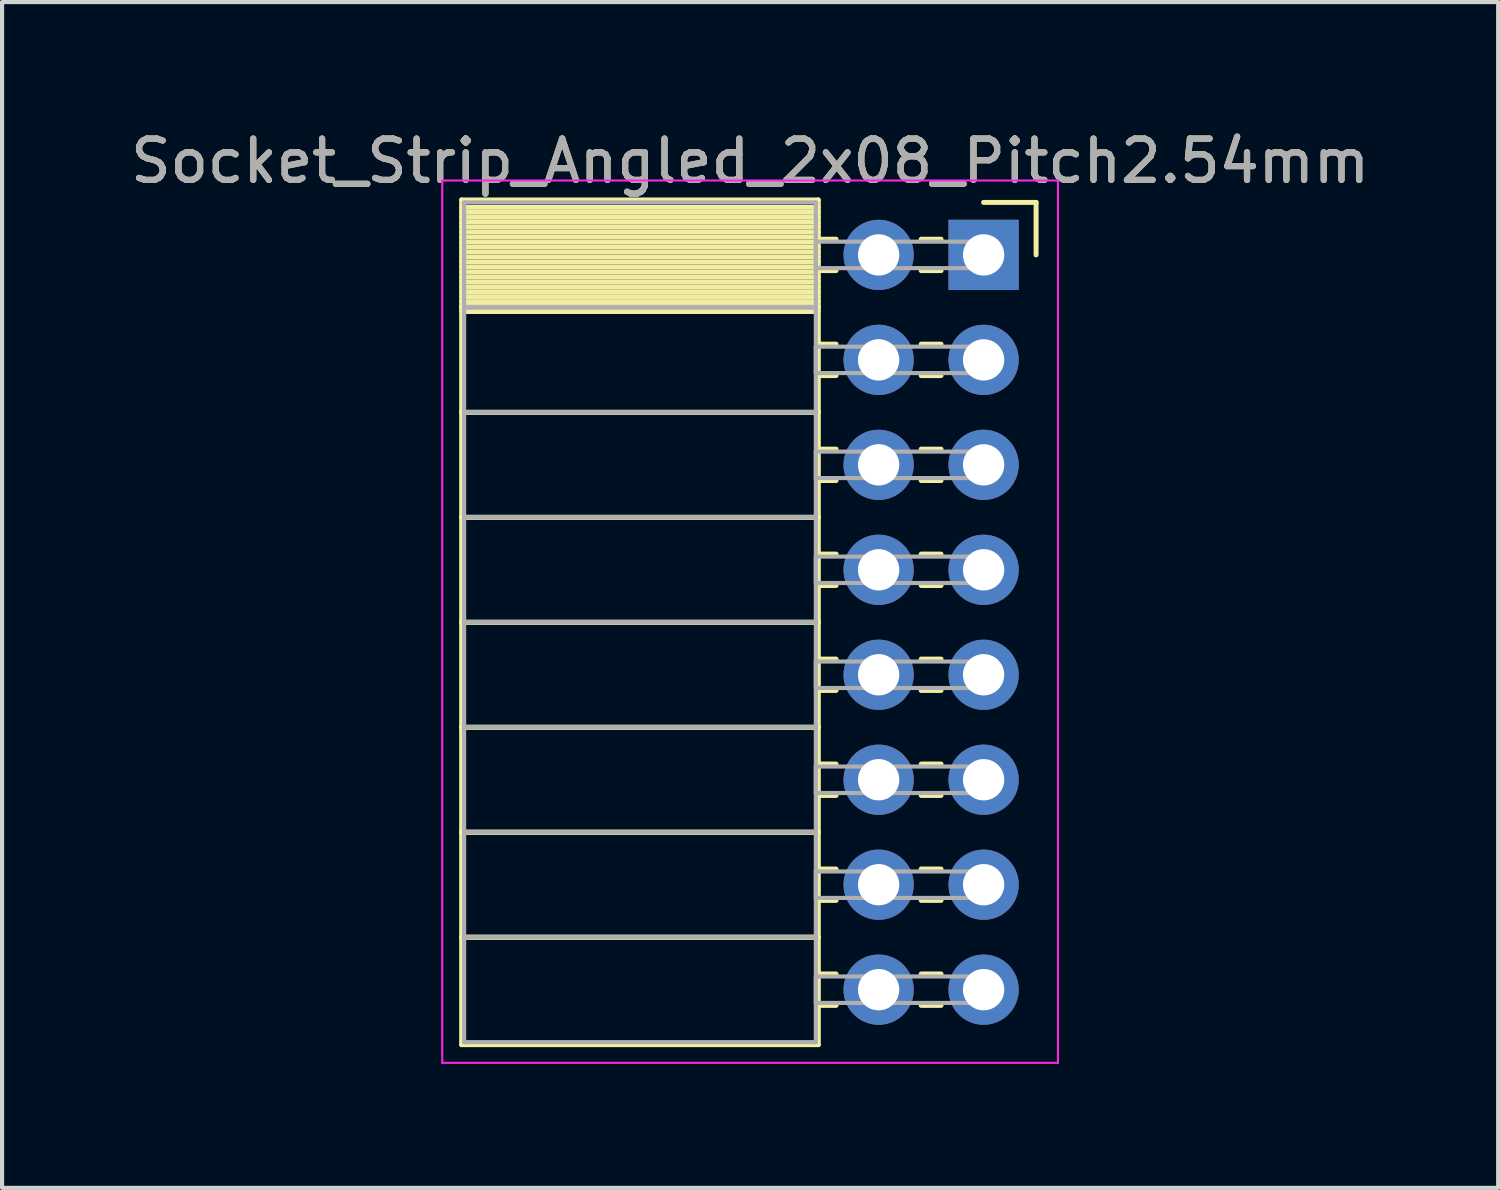
<source format=kicad_pcb>
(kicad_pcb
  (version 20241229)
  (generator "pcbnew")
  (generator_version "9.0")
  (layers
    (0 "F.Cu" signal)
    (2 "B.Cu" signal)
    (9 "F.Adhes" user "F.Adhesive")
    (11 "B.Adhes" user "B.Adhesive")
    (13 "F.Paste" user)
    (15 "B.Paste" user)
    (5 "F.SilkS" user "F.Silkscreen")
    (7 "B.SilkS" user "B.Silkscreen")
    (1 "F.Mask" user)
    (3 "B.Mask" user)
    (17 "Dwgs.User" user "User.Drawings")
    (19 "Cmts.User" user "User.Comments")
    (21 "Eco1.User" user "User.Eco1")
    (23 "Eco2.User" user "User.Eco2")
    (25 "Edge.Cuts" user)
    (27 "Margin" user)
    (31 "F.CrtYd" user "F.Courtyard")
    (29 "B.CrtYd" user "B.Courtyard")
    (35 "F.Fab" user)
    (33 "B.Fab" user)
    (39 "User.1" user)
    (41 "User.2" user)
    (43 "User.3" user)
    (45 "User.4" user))
  (footprint "Socket_Strip_Angled_2x08_Pitch2.54mm"
    (layer "F.Cu")
    (at 20.751 3.118)
    (property "Reference" "Socket_Strip_Angled_2x08_Pitch2.54mm" (at -5.65 -2.27 0) (layer "F.SilkS") (effects (font (size 1 1) (thickness 0.15))))
    (attr through_hole)
    (fp_line (start -12.63 -1.33) (end -4 -1.33) (stroke (width 0.12) (type solid)) (layer "F.SilkS"))
    (fp_line (start -12.63 1.27) (end -12.63 -1.33) (stroke (width 0.12) (type solid)) (layer "F.SilkS"))
    (fp_line (start -12.63 1.27) (end -4 1.27) (stroke (width 0.12) (type solid)) (layer "F.SilkS"))
    (fp_line (start -12.63 3.81) (end -12.63 1.27) (stroke (width 0.12) (type solid)) (layer "F.SilkS"))
    (fp_line (start -12.63 3.81) (end -4 3.81) (stroke (width 0.12) (type solid)) (layer "F.SilkS"))
    (fp_line (start -12.63 6.35) (end -12.63 3.81) (stroke (width 0.12) (type solid)) (layer "F.SilkS"))
    (fp_line (start -12.63 6.35) (end -4 6.35) (stroke (width 0.12) (type solid)) (layer "F.SilkS"))
    (fp_line (start -12.63 8.89) (end -12.63 6.35) (stroke (width 0.12) (type solid)) (layer "F.SilkS"))
    (fp_line (start -12.63 8.89) (end -4 8.89) (stroke (width 0.12) (type solid)) (layer "F.SilkS"))
    (fp_line (start -12.63 11.43) (end -12.63 8.89) (stroke (width 0.12) (type solid)) (layer "F.SilkS"))
    (fp_line (start -12.63 11.43) (end -4 11.43) (stroke (width 0.12) (type solid)) (layer "F.SilkS"))
    (fp_line (start -12.63 13.97) (end -12.63 11.43) (stroke (width 0.12) (type solid)) (layer "F.SilkS"))
    (fp_line (start -12.63 13.97) (end -4 13.97) (stroke (width 0.12) (type solid)) (layer "F.SilkS"))
    (fp_line (start -12.63 16.51) (end -12.63 13.97) (stroke (width 0.12) (type solid)) (layer "F.SilkS"))
    (fp_line (start -12.63 16.51) (end -4 16.51) (stroke (width 0.12) (type solid)) (layer "F.SilkS"))
    (fp_line (start -12.63 19.11) (end -12.63 16.51) (stroke (width 0.12) (type solid)) (layer "F.SilkS"))
    (fp_line (start -4 -1.33) (end -4 1.27) (stroke (width 0.12) (type solid)) (layer "F.SilkS"))
    (fp_line (start -4 -1.15) (end -12.63 -1.15) (stroke (width 0.12) (type solid)) (layer "F.SilkS"))
    (fp_line (start -4 -1.03) (end -12.63 -1.03) (stroke (width 0.12) (type solid)) (layer "F.SilkS"))
    (fp_line (start -4 -0.91) (end -12.63 -0.91) (stroke (width 0.12) (type solid)) (layer "F.SilkS"))
    (fp_line (start -4 -0.79) (end -12.63 -0.79) (stroke (width 0.12) (type solid)) (layer "F.SilkS"))
    (fp_line (start -4 -0.67) (end -12.63 -0.67) (stroke (width 0.12) (type solid)) (layer "F.SilkS"))
    (fp_line (start -4 -0.55) (end -12.63 -0.55) (stroke (width 0.12) (type solid)) (layer "F.SilkS"))
    (fp_line (start -4 -0.43) (end -12.63 -0.43) (stroke (width 0.12) (type solid)) (layer "F.SilkS"))
    (fp_line (start -4 -0.31) (end -12.63 -0.31) (stroke (width 0.12) (type solid)) (layer "F.SilkS"))
    (fp_line (start -4 -0.19) (end -12.63 -0.19) (stroke (width 0.12) (type solid)) (layer "F.SilkS"))
    (fp_line (start -4 -0.07) (end -12.63 -0.07) (stroke (width 0.12) (type solid)) (layer "F.SilkS"))
    (fp_line (start -4 0.05) (end -12.63 0.05) (stroke (width 0.12) (type solid)) (layer "F.SilkS"))
    (fp_line (start -4 0.17) (end -12.63 0.17) (stroke (width 0.12) (type solid)) (layer "F.SilkS"))
    (fp_line (start -4 0.29) (end -12.63 0.29) (stroke (width 0.12) (type solid)) (layer "F.SilkS"))
    (fp_line (start -4 0.41) (end -12.63 0.41) (stroke (width 0.12) (type solid)) (layer "F.SilkS"))
    (fp_line (start -4 0.53) (end -12.63 0.53) (stroke (width 0.12) (type solid)) (layer "F.SilkS"))
    (fp_line (start -4 0.65) (end -12.63 0.65) (stroke (width 0.12) (type solid)) (layer "F.SilkS"))
    (fp_line (start -4 0.77) (end -12.63 0.77) (stroke (width 0.12) (type solid)) (layer "F.SilkS"))
    (fp_line (start -4 0.89) (end -12.63 0.89) (stroke (width 0.12) (type solid)) (layer "F.SilkS"))
    (fp_line (start -4 1.01) (end -12.63 1.01) (stroke (width 0.12) (type solid)) (layer "F.SilkS"))
    (fp_line (start -4 1.13) (end -12.63 1.13) (stroke (width 0.12) (type solid)) (layer "F.SilkS"))
    (fp_line (start -4 1.25) (end -12.63 1.25) (stroke (width 0.12) (type solid)) (layer "F.SilkS"))
    (fp_line (start -4 1.27) (end -12.63 1.27) (stroke (width 0.12) (type solid)) (layer "F.SilkS"))
    (fp_line (start -4 1.27) (end -4 3.81) (stroke (width 0.12) (type solid)) (layer "F.SilkS"))
    (fp_line (start -4 1.37) (end -12.63 1.37) (stroke (width 0.12) (type solid)) (layer "F.SilkS"))
    (fp_line (start -4 3.81) (end -12.63 3.81) (stroke (width 0.12) (type solid)) (layer "F.SilkS"))
    (fp_line (start -4 3.81) (end -4 6.35) (stroke (width 0.12) (type solid)) (layer "F.SilkS"))
    (fp_line (start -4 6.35) (end -12.63 6.35) (stroke (width 0.12) (type solid)) (layer "F.SilkS"))
    (fp_line (start -4 6.35) (end -4 8.89) (stroke (width 0.12) (type solid)) (layer "F.SilkS"))
    (fp_line (start -4 8.89) (end -12.63 8.89) (stroke (width 0.12) (type solid)) (layer "F.SilkS"))
    (fp_line (start -4 8.89) (end -4 11.43) (stroke (width 0.12) (type solid)) (layer "F.SilkS"))
    (fp_line (start -4 11.43) (end -12.63 11.43) (stroke (width 0.12) (type solid)) (layer "F.SilkS"))
    (fp_line (start -4 11.43) (end -4 13.97) (stroke (width 0.12) (type solid)) (layer "F.SilkS"))
    (fp_line (start -4 13.97) (end -12.63 13.97) (stroke (width 0.12) (type solid)) (layer "F.SilkS"))
    (fp_line (start -4 13.97) (end -4 16.51) (stroke (width 0.12) (type solid)) (layer "F.SilkS"))
    (fp_line (start -4 16.51) (end -12.63 16.51) (stroke (width 0.12) (type solid)) (layer "F.SilkS"))
    (fp_line (start -4 16.51) (end -4 19.11) (stroke (width 0.12) (type solid)) (layer "F.SilkS"))
    (fp_line (start -4 19.11) (end -12.63 19.11) (stroke (width 0.12) (type solid)) (layer "F.SilkS"))
    (fp_line (start -3.57 -0.38) (end -4 -0.38) (stroke (width 0.12) (type solid)) (layer "F.SilkS"))
    (fp_line (start -3.57 0.38) (end -4 0.38) (stroke (width 0.12) (type solid)) (layer "F.SilkS"))
    (fp_line (start -3.57 2.16) (end -4 2.16) (stroke (width 0.12) (type solid)) (layer "F.SilkS"))
    (fp_line (start -3.57 2.92) (end -4 2.92) (stroke (width 0.12) (type solid)) (layer "F.SilkS"))
    (fp_line (start -3.57 4.7) (end -4 4.7) (stroke (width 0.12) (type solid)) (layer "F.SilkS"))
    (fp_line (start -3.57 5.46) (end -4 5.46) (stroke (width 0.12) (type solid)) (layer "F.SilkS"))
    (fp_line (start -3.57 7.24) (end -4 7.24) (stroke (width 0.12) (type solid)) (layer "F.SilkS"))
    (fp_line (start -3.57 8) (end -4 8) (stroke (width 0.12) (type solid)) (layer "F.SilkS"))
    (fp_line (start -3.57 9.78) (end -4 9.78) (stroke (width 0.12) (type solid)) (layer "F.SilkS"))
    (fp_line (start -3.57 10.54) (end -4 10.54) (stroke (width 0.12) (type solid)) (layer "F.SilkS"))
    (fp_line (start -3.57 12.32) (end -4 12.32) (stroke (width 0.12) (type solid)) (layer "F.SilkS"))
    (fp_line (start -3.57 13.08) (end -4 13.08) (stroke (width 0.12) (type solid)) (layer "F.SilkS"))
    (fp_line (start -3.57 14.86) (end -4 14.86) (stroke (width 0.12) (type solid)) (layer "F.SilkS"))
    (fp_line (start -3.57 15.62) (end -4 15.62) (stroke (width 0.12) (type solid)) (layer "F.SilkS"))
    (fp_line (start -3.57 17.4) (end -4 17.4) (stroke (width 0.12) (type solid)) (layer "F.SilkS"))
    (fp_line (start -3.57 18.16) (end -4 18.16) (stroke (width 0.12) (type solid)) (layer "F.SilkS"))
    (fp_line (start -1.03 -0.38) (end -1.51 -0.38) (stroke (width 0.12) (type solid)) (layer "F.SilkS"))
    (fp_line (start -1.03 0.38) (end -1.51 0.38) (stroke (width 0.12) (type solid)) (layer "F.SilkS"))
    (fp_line (start -1.03 2.16) (end -1.51 2.16) (stroke (width 0.12) (type solid)) (layer "F.SilkS"))
    (fp_line (start -1.03 2.92) (end -1.51 2.92) (stroke (width 0.12) (type solid)) (layer "F.SilkS"))
    (fp_line (start -1.03 4.7) (end -1.51 4.7) (stroke (width 0.12) (type solid)) (layer "F.SilkS"))
    (fp_line (start -1.03 5.46) (end -1.51 5.46) (stroke (width 0.12) (type solid)) (layer "F.SilkS"))
    (fp_line (start -1.03 7.24) (end -1.51 7.24) (stroke (width 0.12) (type solid)) (layer "F.SilkS"))
    (fp_line (start -1.03 8) (end -1.51 8) (stroke (width 0.12) (type solid)) (layer "F.SilkS"))
    (fp_line (start -1.03 9.78) (end -1.51 9.78) (stroke (width 0.12) (type solid)) (layer "F.SilkS"))
    (fp_line (start -1.03 10.54) (end -1.51 10.54) (stroke (width 0.12) (type solid)) (layer "F.SilkS"))
    (fp_line (start -1.03 12.32) (end -1.51 12.32) (stroke (width 0.12) (type solid)) (layer "F.SilkS"))
    (fp_line (start -1.03 13.08) (end -1.51 13.08) (stroke (width 0.12) (type solid)) (layer "F.SilkS"))
    (fp_line (start -1.03 14.86) (end -1.51 14.86) (stroke (width 0.12) (type solid)) (layer "F.SilkS"))
    (fp_line (start -1.03 15.62) (end -1.51 15.62) (stroke (width 0.12) (type solid)) (layer "F.SilkS"))
    (fp_line (start -1.03 17.4) (end -1.51 17.4) (stroke (width 0.12) (type solid)) (layer "F.SilkS"))
    (fp_line (start -1.03 18.16) (end -1.51 18.16) (stroke (width 0.12) (type solid)) (layer "F.SilkS"))
    (fp_line (start 0 -1.27) (end 1.27 -1.27) (stroke (width 0.12) (type solid)) (layer "F.SilkS"))
    (fp_line (start 1.27 -1.27) (end 1.27 0) (stroke (width 0.12) (type solid)) (layer "F.SilkS"))
    (fp_line (start -13.1 -1.8) (end 1.8 -1.8) (stroke (width 0.05) (type solid)) (layer "F.CrtYd"))
    (fp_line (start -13.1 19.55) (end -13.1 -1.8) (stroke (width 0.05) (type solid)) (layer "F.CrtYd"))
    (fp_line (start 1.8 -1.8) (end 1.8 19.55) (stroke (width 0.05) (type solid)) (layer "F.CrtYd"))
    (fp_line (start 1.8 19.55) (end -13.1 19.55) (stroke (width 0.05) (type solid)) (layer "F.CrtYd"))
    (fp_line (start -12.57 -1.27) (end -4.06 -1.27) (stroke (width 0.1) (type solid)) (layer "F.Fab"))
    (fp_line (start -12.57 1.27) (end -12.57 -1.27) (stroke (width 0.1) (type solid)) (layer "F.Fab"))
    (fp_line (start -12.57 1.27) (end -4.06 1.27) (stroke (width 0.1) (type solid)) (layer "F.Fab"))
    (fp_line (start -12.57 3.81) (end -12.57 1.27) (stroke (width 0.1) (type solid)) (layer "F.Fab"))
    (fp_line (start -12.57 3.81) (end -4.06 3.81) (stroke (width 0.1) (type solid)) (layer "F.Fab"))
    (fp_line (start -12.57 6.35) (end -12.57 3.81) (stroke (width 0.1) (type solid)) (layer "F.Fab"))
    (fp_line (start -12.57 6.35) (end -4.06 6.35) (stroke (width 0.1) (type solid)) (layer "F.Fab"))
    (fp_line (start -12.57 8.89) (end -12.57 6.35) (stroke (width 0.1) (type solid)) (layer "F.Fab"))
    (fp_line (start -12.57 8.89) (end -4.06 8.89) (stroke (width 0.1) (type solid)) (layer "F.Fab"))
    (fp_line (start -12.57 11.43) (end -12.57 8.89) (stroke (width 0.1) (type solid)) (layer "F.Fab"))
    (fp_line (start -12.57 11.43) (end -4.06 11.43) (stroke (width 0.1) (type solid)) (layer "F.Fab"))
    (fp_line (start -12.57 13.97) (end -12.57 11.43) (stroke (width 0.1) (type solid)) (layer "F.Fab"))
    (fp_line (start -12.57 13.97) (end -4.06 13.97) (stroke (width 0.1) (type solid)) (layer "F.Fab"))
    (fp_line (start -12.57 16.51) (end -12.57 13.97) (stroke (width 0.1) (type solid)) (layer "F.Fab"))
    (fp_line (start -12.57 16.51) (end -4.06 16.51) (stroke (width 0.1) (type solid)) (layer "F.Fab"))
    (fp_line (start -12.57 19.05) (end -12.57 16.51) (stroke (width 0.1) (type solid)) (layer "F.Fab"))
    (fp_line (start -4.06 -1.27) (end -4.06 1.27) (stroke (width 0.1) (type solid)) (layer "F.Fab"))
    (fp_line (start -4.06 -0.32) (end 0 -0.32) (stroke (width 0.1) (type solid)) (layer "F.Fab"))
    (fp_line (start -4.06 0.32) (end -4.06 -0.32) (stroke (width 0.1) (type solid)) (layer "F.Fab"))
    (fp_line (start -4.06 1.27) (end -12.57 1.27) (stroke (width 0.1) (type solid)) (layer "F.Fab"))
    (fp_line (start -4.06 1.27) (end -4.06 3.81) (stroke (width 0.1) (type solid)) (layer "F.Fab"))
    (fp_line (start -4.06 2.22) (end 0 2.22) (stroke (width 0.1) (type solid)) (layer "F.Fab"))
    (fp_line (start -4.06 2.86) (end -4.06 2.22) (stroke (width 0.1) (type solid)) (layer "F.Fab"))
    (fp_line (start -4.06 3.81) (end -12.57 3.81) (stroke (width 0.1) (type solid)) (layer "F.Fab"))
    (fp_line (start -4.06 3.81) (end -4.06 6.35) (stroke (width 0.1) (type solid)) (layer "F.Fab"))
    (fp_line (start -4.06 4.76) (end 0 4.76) (stroke (width 0.1) (type solid)) (layer "F.Fab"))
    (fp_line (start -4.06 5.4) (end -4.06 4.76) (stroke (width 0.1) (type solid)) (layer "F.Fab"))
    (fp_line (start -4.06 6.35) (end -12.57 6.35) (stroke (width 0.1) (type solid)) (layer "F.Fab"))
    (fp_line (start -4.06 6.35) (end -4.06 8.89) (stroke (width 0.1) (type solid)) (layer "F.Fab"))
    (fp_line (start -4.06 7.3) (end 0 7.3) (stroke (width 0.1) (type solid)) (layer "F.Fab"))
    (fp_line (start -4.06 7.94) (end -4.06 7.3) (stroke (width 0.1) (type solid)) (layer "F.Fab"))
    (fp_line (start -4.06 8.89) (end -12.57 8.89) (stroke (width 0.1) (type solid)) (layer "F.Fab"))
    (fp_line (start -4.06 8.89) (end -4.06 11.43) (stroke (width 0.1) (type solid)) (layer "F.Fab"))
    (fp_line (start -4.06 9.84) (end 0 9.84) (stroke (width 0.1) (type solid)) (layer "F.Fab"))
    (fp_line (start -4.06 10.48) (end -4.06 9.84) (stroke (width 0.1) (type solid)) (layer "F.Fab"))
    (fp_line (start -4.06 11.43) (end -12.57 11.43) (stroke (width 0.1) (type solid)) (layer "F.Fab"))
    (fp_line (start -4.06 11.43) (end -4.06 13.97) (stroke (width 0.1) (type solid)) (layer "F.Fab"))
    (fp_line (start -4.06 12.38) (end 0 12.38) (stroke (width 0.1) (type solid)) (layer "F.Fab"))
    (fp_line (start -4.06 13.02) (end -4.06 12.38) (stroke (width 0.1) (type solid)) (layer "F.Fab"))
    (fp_line (start -4.06 13.97) (end -12.57 13.97) (stroke (width 0.1) (type solid)) (layer "F.Fab"))
    (fp_line (start -4.06 13.97) (end -4.06 16.51) (stroke (width 0.1) (type solid)) (layer "F.Fab"))
    (fp_line (start -4.06 14.92) (end 0 14.92) (stroke (width 0.1) (type solid)) (layer "F.Fab"))
    (fp_line (start -4.06 15.56) (end -4.06 14.92) (stroke (width 0.1) (type solid)) (layer "F.Fab"))
    (fp_line (start -4.06 16.51) (end -12.57 16.51) (stroke (width 0.1) (type solid)) (layer "F.Fab"))
    (fp_line (start -4.06 16.51) (end -4.06 19.05) (stroke (width 0.1) (type solid)) (layer "F.Fab"))
    (fp_line (start -4.06 17.46) (end 0 17.46) (stroke (width 0.1) (type solid)) (layer "F.Fab"))
    (fp_line (start -4.06 18.1) (end -4.06 17.46) (stroke (width 0.1) (type solid)) (layer "F.Fab"))
    (fp_line (start -4.06 19.05) (end -12.57 19.05) (stroke (width 0.1) (type solid)) (layer "F.Fab"))
    (fp_line (start 0 -0.32) (end 0 0.32) (stroke (width 0.1) (type solid)) (layer "F.Fab"))
    (fp_line (start 0 0.32) (end -4.06 0.32) (stroke (width 0.1) (type solid)) (layer "F.Fab"))
    (fp_line (start 0 2.22) (end 0 2.86) (stroke (width 0.1) (type solid)) (layer "F.Fab"))
    (fp_line (start 0 2.86) (end -4.06 2.86) (stroke (width 0.1) (type solid)) (layer "F.Fab"))
    (fp_line (start 0 4.76) (end 0 5.4) (stroke (width 0.1) (type solid)) (layer "F.Fab"))
    (fp_line (start 0 5.4) (end -4.06 5.4) (stroke (width 0.1) (type solid)) (layer "F.Fab"))
    (fp_line (start 0 7.3) (end 0 7.94) (stroke (width 0.1) (type solid)) (layer "F.Fab"))
    (fp_line (start 0 7.94) (end -4.06 7.94) (stroke (width 0.1) (type solid)) (layer "F.Fab"))
    (fp_line (start 0 9.84) (end 0 10.48) (stroke (width 0.1) (type solid)) (layer "F.Fab"))
    (fp_line (start 0 10.48) (end -4.06 10.48) (stroke (width 0.1) (type solid)) (layer "F.Fab"))
    (fp_line (start 0 12.38) (end 0 13.02) (stroke (width 0.1) (type solid)) (layer "F.Fab"))
    (fp_line (start 0 13.02) (end -4.06 13.02) (stroke (width 0.1) (type solid)) (layer "F.Fab"))
    (fp_line (start 0 14.92) (end 0 15.56) (stroke (width 0.1) (type solid)) (layer "F.Fab"))
    (fp_line (start 0 15.56) (end -4.06 15.56) (stroke (width 0.1) (type solid)) (layer "F.Fab"))
    (fp_line (start 0 17.46) (end 0 18.1) (stroke (width 0.1) (type solid)) (layer "F.Fab"))
    (fp_line (start 0 18.1) (end -4.06 18.1) (stroke (width 0.1) (type solid)) (layer "F.Fab"))
    (fp_text user "${REFERENCE}" (at -5.65 -2.27 0) (layer "F.Fab") (effects (font (size 1 1) (thickness 0.15))))
    (pad "1" thru_hole rect (at 0 0) (size 1.7 1.7) (drill 1) (layers "*.Cu" "*.Mask"))
    (pad "2" thru_hole oval (at -2.54 0) (size 1.7 1.7) (drill 1) (layers "*.Cu" "*.Mask"))
    (pad "3" thru_hole oval (at 0 2.54) (size 1.7 1.7) (drill 1) (layers "*.Cu" "*.Mask"))
    (pad "4" thru_hole oval (at -2.54 2.54) (size 1.7 1.7) (drill 1) (layers "*.Cu" "*.Mask"))
    (pad "5" thru_hole oval (at 0 5.08) (size 1.7 1.7) (drill 1) (layers "*.Cu" "*.Mask"))
    (pad "6" thru_hole oval (at -2.54 5.08) (size 1.7 1.7) (drill 1) (layers "*.Cu" "*.Mask"))
    (pad "7" thru_hole oval (at 0 7.62) (size 1.7 1.7) (drill 1) (layers "*.Cu" "*.Mask"))
    (pad "8" thru_hole oval (at -2.54 7.62) (size 1.7 1.7) (drill 1) (layers "*.Cu" "*.Mask"))
    (pad "9" thru_hole oval (at 0 10.16) (size 1.7 1.7) (drill 1) (layers "*.Cu" "*.Mask"))
    (pad "10" thru_hole oval (at -2.54 10.16) (size 1.7 1.7) (drill 1) (layers "*.Cu" "*.Mask"))
    (pad "11" thru_hole oval (at 0 12.7) (size 1.7 1.7) (drill 1) (layers "*.Cu" "*.Mask"))
    (pad "12" thru_hole oval (at -2.54 12.7) (size 1.7 1.7) (drill 1) (layers "*.Cu" "*.Mask"))
    (pad "13" thru_hole oval (at 0 15.24) (size 1.7 1.7) (drill 1) (layers "*.Cu" "*.Mask"))
    (pad "14" thru_hole oval (at -2.54 15.24) (size 1.7 1.7) (drill 1) (layers "*.Cu" "*.Mask"))
    (pad "15" thru_hole oval (at 0 17.78) (size 1.7 1.7) (drill 1) (layers "*.Cu" "*.Mask"))
    (pad "16" thru_hole oval (at -2.54 17.78) (size 1.7 1.7) (drill 1) (layers "*.Cu" "*.Mask")))
  (gr_rect
    (start -3 -3)
    (end 33.202 25.693)
    (stroke (width 0.1) (type default))
    (fill no)
    (layer "Edge.Cuts")))
</source>
